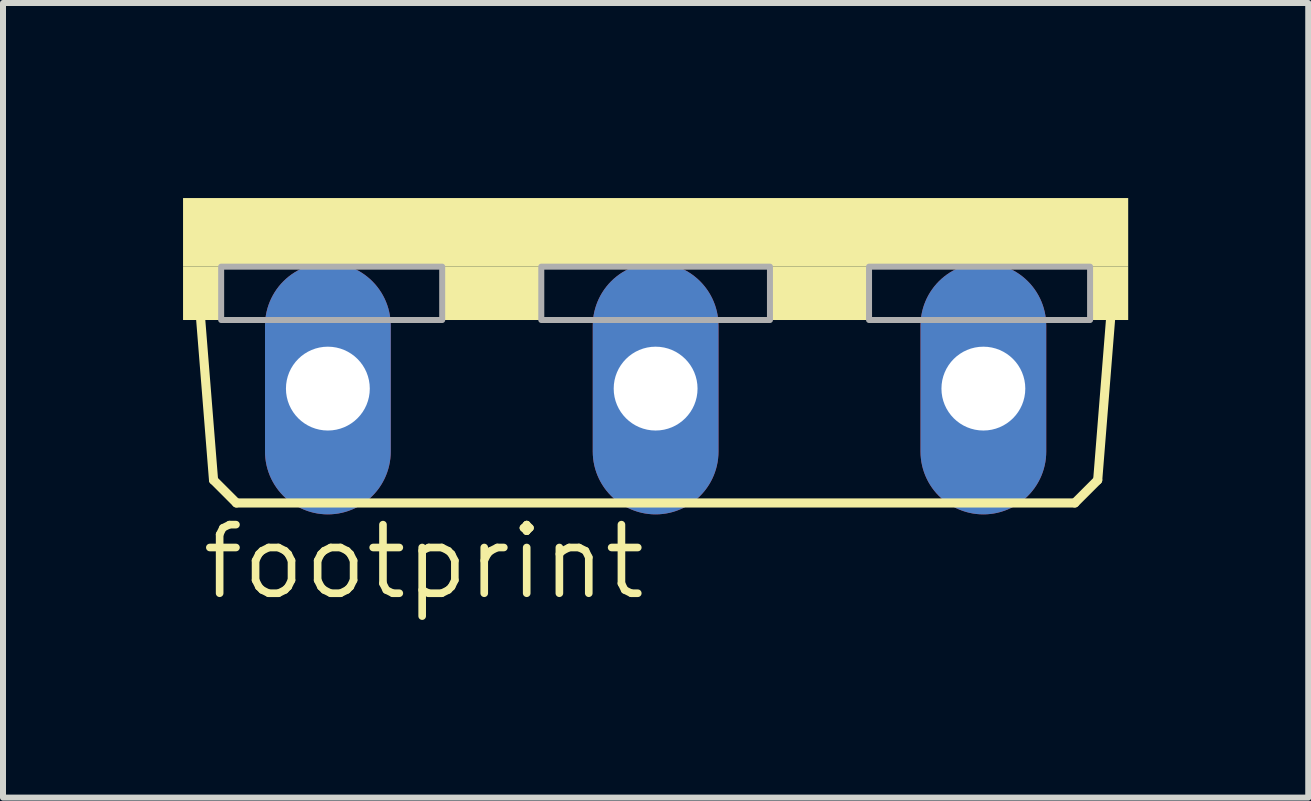
<source format=kicad_pcb>
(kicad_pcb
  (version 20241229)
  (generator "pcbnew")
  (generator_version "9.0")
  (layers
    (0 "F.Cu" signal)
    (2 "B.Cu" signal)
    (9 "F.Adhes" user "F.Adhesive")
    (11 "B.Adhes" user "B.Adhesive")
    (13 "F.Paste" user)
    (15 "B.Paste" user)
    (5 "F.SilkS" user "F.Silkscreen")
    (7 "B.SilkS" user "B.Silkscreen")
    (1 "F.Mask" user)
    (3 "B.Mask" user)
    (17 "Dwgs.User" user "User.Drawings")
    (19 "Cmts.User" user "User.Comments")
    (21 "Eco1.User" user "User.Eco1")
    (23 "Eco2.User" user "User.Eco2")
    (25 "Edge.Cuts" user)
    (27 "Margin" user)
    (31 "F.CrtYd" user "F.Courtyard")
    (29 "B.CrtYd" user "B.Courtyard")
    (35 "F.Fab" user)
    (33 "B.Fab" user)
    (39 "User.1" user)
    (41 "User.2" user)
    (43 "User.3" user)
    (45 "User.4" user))
  (footprint "footprint"
    (layer "F.Cu")
    (at 7.874 0.25)
    (property "Reference" "footprint" (at -7.62 6.731 0) (layer "F.SilkS") (effects (font (size 1.143 1.143) (thickness 0.127)) (justify left bottom)))
    (fp_line (start -7.366 4.699) (end -7.62 1.524) (stroke (width 0.152) (type solid)) (layer "F.SilkS"))
    (fp_line (start -6.985 5.08) (end -7.366 4.699) (stroke (width 0.152) (type solid)) (layer "F.SilkS"))
    (fp_line (start -6.985 5.08) (end 6.985 5.08) (stroke (width 0.152) (type solid)) (layer "F.SilkS"))
    (fp_line (start 6.985 5.08) (end 7.366 4.699) (stroke (width 0.152) (type solid)) (layer "F.SilkS"))
    (fp_line (start 7.366 4.699) (end 7.62 1.524) (stroke (width 0.152) (type solid)) (layer "F.SilkS"))
    (fp_poly (pts (xy -7.874 1.143) (xy 7.874 1.143) (xy 7.874 0) (xy -7.874 0)) (stroke (width 0) (type solid)) (fill yes) (layer "F.SilkS"))
    (fp_poly (pts (xy -7.874 2.032) (xy -7.239 2.032) (xy -7.239 1.143) (xy -7.874 1.143)) (stroke (width 0) (type solid)) (fill yes) (layer "F.SilkS"))
    (fp_poly (pts (xy -3.556 2.032) (xy -1.905 2.032) (xy -1.905 1.143) (xy -3.556 1.143)) (stroke (width 0) (type solid)) (fill yes) (layer "F.SilkS"))
    (fp_poly (pts (xy 1.905 2.032) (xy 3.556 2.032) (xy 3.556 1.143) (xy 1.905 1.143)) (stroke (width 0) (type solid)) (fill yes) (layer "F.SilkS"))
    (fp_poly (pts (xy 7.239 2.032) (xy 7.874 2.032) (xy 7.874 1.143) (xy 7.239 1.143)) (stroke (width 0) (type solid)) (fill yes) (layer "F.SilkS"))
    (fp_poly (pts (xy -7.239 2.032) (xy -3.556 2.032) (xy -3.556 1.143) (xy -7.239 1.143)) (stroke (width 0.1) (type solid)) (fill no) (layer "F.Fab"))
    (fp_poly (pts (xy -1.905 2.032) (xy 1.905 2.032) (xy 1.905 1.143) (xy -1.905 1.143)) (stroke (width 0.1) (type solid)) (fill no) (layer "F.Fab"))
    (fp_poly (pts (xy 3.556 2.032) (xy 7.239 2.032) (xy 7.239 1.143) (xy 3.556 1.143)) (stroke (width 0.1) (type solid)) (fill no) (layer "F.Fab"))
    (pad "A1" thru_hole oval (at -5.461 3.175 90) (size 4.191 2.095) (drill 1.397) (layers "*.Cu" "*.Mask"))
    (pad "A2" thru_hole oval (at 5.461 3.175 90) (size 4.191 2.095) (drill 1.397) (layers "*.Cu" "*.Mask"))
    (pad "C" thru_hole oval (at 0 3.175 90) (size 4.191 2.095) (drill 1.397) (layers "*.Cu" "*.Mask")))
  (gr_rect
    (start -3 -3)
    (end 18.748 10.24)
    (stroke (width 0.1) (type default))
    (fill no)
    (layer "Edge.Cuts")))
</source>
